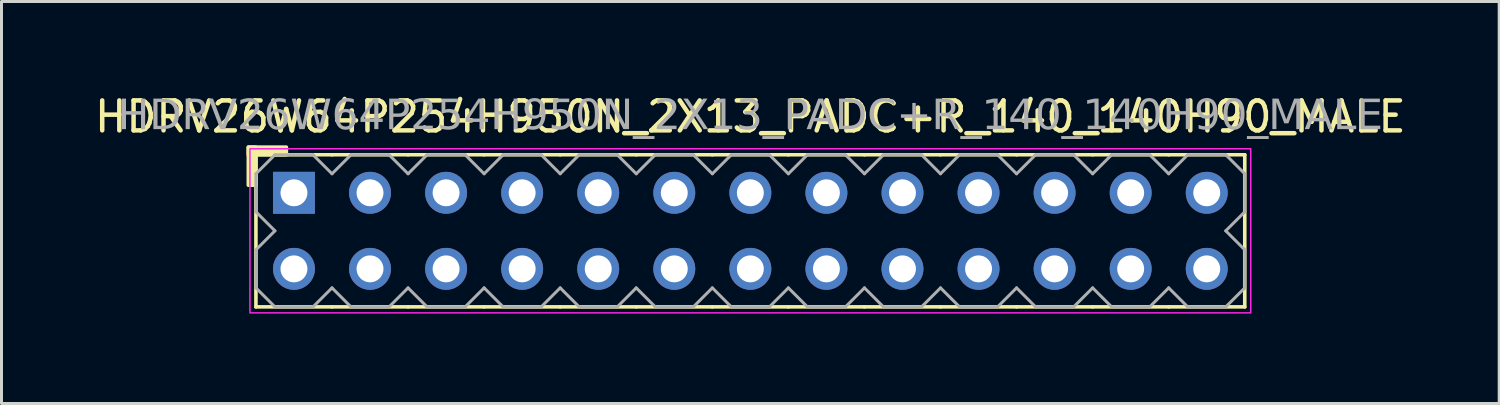
<source format=kicad_pcb>
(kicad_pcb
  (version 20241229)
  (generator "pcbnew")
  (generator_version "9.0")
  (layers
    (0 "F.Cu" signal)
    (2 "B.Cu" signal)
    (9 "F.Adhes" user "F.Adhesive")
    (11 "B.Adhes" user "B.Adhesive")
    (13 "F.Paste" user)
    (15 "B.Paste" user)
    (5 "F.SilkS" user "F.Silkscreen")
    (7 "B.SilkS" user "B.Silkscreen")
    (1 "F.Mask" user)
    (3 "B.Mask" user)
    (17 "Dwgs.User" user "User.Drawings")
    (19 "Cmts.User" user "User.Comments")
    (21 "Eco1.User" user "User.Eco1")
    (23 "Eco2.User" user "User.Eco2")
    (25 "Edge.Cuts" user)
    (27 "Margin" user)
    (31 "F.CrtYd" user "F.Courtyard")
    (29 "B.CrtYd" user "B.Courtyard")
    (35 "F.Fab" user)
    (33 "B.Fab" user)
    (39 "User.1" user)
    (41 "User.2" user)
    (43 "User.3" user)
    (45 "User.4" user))
  (footprint "HDRV26W64P254H950N_2X13_PADC+R_140_140H90_MALE"
    (layer "F.Cu")
    (at 22.006 4.658)
    (property "Reference" "HDRV26W64P254H950N_2X13_PADC+R_140_140H90_MALE" (at 0 -3.81 0) (layer "F.SilkS") (effects (font (size 1 1) (thickness 0.15))))
    (attr through_hole)
    (fp_line (start -16.51 2.54) (end -16.51 -2.54) (stroke (width 0.12) (type solid)) (layer "F.SilkS"))
    (fp_line (start -13.97 -2.54) (end -16.51 -2.54) (stroke (width 0.12) (type solid)) (layer "F.SilkS"))
    (fp_line (start -13.97 2.54) (end -16.51 2.54) (stroke (width 0.12) (type solid)) (layer "F.SilkS"))
    (fp_line (start -11.43 -2.54) (end -13.97 -2.54) (stroke (width 0.12) (type solid)) (layer "F.SilkS"))
    (fp_line (start -11.43 2.54) (end -13.97 2.54) (stroke (width 0.12) (type solid)) (layer "F.SilkS"))
    (fp_line (start -8.89 -2.54) (end -11.43 -2.54) (stroke (width 0.12) (type solid)) (layer "F.SilkS"))
    (fp_line (start -8.89 2.54) (end -11.43 2.54) (stroke (width 0.12) (type solid)) (layer "F.SilkS"))
    (fp_line (start -6.35 -2.54) (end -8.89 -2.54) (stroke (width 0.12) (type solid)) (layer "F.SilkS"))
    (fp_line (start -6.35 2.54) (end -8.89 2.54) (stroke (width 0.12) (type solid)) (layer "F.SilkS"))
    (fp_line (start -3.81 -2.54) (end -6.35 -2.54) (stroke (width 0.12) (type solid)) (layer "F.SilkS"))
    (fp_line (start -3.81 2.54) (end -6.35 2.54) (stroke (width 0.12) (type solid)) (layer "F.SilkS"))
    (fp_line (start -1.27 -2.54) (end -3.81 -2.54) (stroke (width 0.12) (type solid)) (layer "F.SilkS"))
    (fp_line (start -1.27 2.54) (end -3.81 2.54) (stroke (width 0.12) (type solid)) (layer "F.SilkS"))
    (fp_line (start 1.27 -2.54) (end -1.27 -2.54) (stroke (width 0.12) (type solid)) (layer "F.SilkS"))
    (fp_line (start 1.27 2.54) (end -1.27 2.54) (stroke (width 0.12) (type solid)) (layer "F.SilkS"))
    (fp_line (start 3.81 -2.54) (end 1.27 -2.54) (stroke (width 0.12) (type solid)) (layer "F.SilkS"))
    (fp_line (start 3.81 2.54) (end 1.27 2.54) (stroke (width 0.12) (type solid)) (layer "F.SilkS"))
    (fp_line (start 6.35 -2.54) (end 3.81 -2.54) (stroke (width 0.12) (type solid)) (layer "F.SilkS"))
    (fp_line (start 6.35 2.54) (end 3.81 2.54) (stroke (width 0.12) (type solid)) (layer "F.SilkS"))
    (fp_line (start 8.89 -2.54) (end 6.35 -2.54) (stroke (width 0.12) (type solid)) (layer "F.SilkS"))
    (fp_line (start 8.89 2.54) (end 6.35 2.54) (stroke (width 0.12) (type solid)) (layer "F.SilkS"))
    (fp_line (start 11.43 -2.54) (end 8.89 -2.54) (stroke (width 0.12) (type solid)) (layer "F.SilkS"))
    (fp_line (start 11.43 2.54) (end 8.89 2.54) (stroke (width 0.12) (type solid)) (layer "F.SilkS"))
    (fp_line (start 13.97 -2.54) (end 11.43 -2.54) (stroke (width 0.12) (type solid)) (layer "F.SilkS"))
    (fp_line (start 13.97 2.54) (end 11.43 2.54) (stroke (width 0.12) (type solid)) (layer "F.SilkS"))
    (fp_line (start 16.51 -2.54) (end 13.97 -2.54) (stroke (width 0.12) (type solid)) (layer "F.SilkS"))
    (fp_line (start 16.51 2.54) (end 13.97 2.54) (stroke (width 0.12) (type solid)) (layer "F.SilkS"))
    (fp_line (start 16.51 2.54) (end 16.51 -2.54) (stroke (width 0.12) (type solid)) (layer "F.SilkS"))
    (fp_rect (start -16.764 -1.524) (end -16.51 -2.794) (stroke (width 0.12) (type solid)) (fill yes) (layer "F.SilkS"))
    (fp_rect (start -15.494 -2.54) (end -16.764 -2.794) (stroke (width 0.12) (type solid)) (fill yes) (layer "F.SilkS"))
    (fp_rect (start -16.71 -2.74) (end 16.71 2.74) (stroke (width 0.05) (type default)) (fill no) (layer "F.CrtYd"))
    (fp_line (start -16.51 -1.905) (end -16.51 -0.635) (stroke (width 0.1) (type solid)) (layer "F.Fab"))
    (fp_line (start -16.51 -1.905) (end -15.875 -2.54) (stroke (width 0.1) (type solid)) (layer "F.Fab"))
    (fp_line (start -16.51 0.635) (end -16.51 1.905) (stroke (width 0.1) (type solid)) (layer "F.Fab"))
    (fp_line (start -15.875 -2.54) (end -14.605 -2.54) (stroke (width 0.1) (type solid)) (layer "F.Fab"))
    (fp_line (start -15.875 0) (end -16.51 -0.635) (stroke (width 0.1) (type solid)) (layer "F.Fab"))
    (fp_line (start -15.875 0) (end -16.51 0.635) (stroke (width 0.1) (type solid)) (layer "F.Fab"))
    (fp_line (start -15.875 2.54) (end -16.51 1.905) (stroke (width 0.1) (type solid)) (layer "F.Fab"))
    (fp_line (start -14.605 -2.54) (end -13.97 -1.905) (stroke (width 0.1) (type solid)) (layer "F.Fab"))
    (fp_line (start -14.605 2.54) (end -15.875 2.54) (stroke (width 0.1) (type solid)) (layer "F.Fab"))
    (fp_line (start -13.97 -1.905) (end -13.335 -2.54) (stroke (width 0.1) (type solid)) (layer "F.Fab"))
    (fp_line (start -13.97 1.905) (end -14.605 2.54) (stroke (width 0.1) (type solid)) (layer "F.Fab"))
    (fp_line (start -13.335 -2.54) (end -12.065 -2.54) (stroke (width 0.1) (type solid)) (layer "F.Fab"))
    (fp_line (start -13.335 2.54) (end -13.97 1.905) (stroke (width 0.1) (type solid)) (layer "F.Fab"))
    (fp_line (start -12.065 -2.54) (end -11.43 -1.905) (stroke (width 0.1) (type solid)) (layer "F.Fab"))
    (fp_line (start -12.065 2.54) (end -13.335 2.54) (stroke (width 0.1) (type solid)) (layer "F.Fab"))
    (fp_line (start -11.43 -1.905) (end -10.795 -2.54) (stroke (width 0.1) (type solid)) (layer "F.Fab"))
    (fp_line (start -11.43 1.905) (end -12.065 2.54) (stroke (width 0.1) (type solid)) (layer "F.Fab"))
    (fp_line (start -10.795 -2.54) (end -9.525 -2.54) (stroke (width 0.1) (type solid)) (layer "F.Fab"))
    (fp_line (start -10.795 2.54) (end -11.43 1.905) (stroke (width 0.1) (type solid)) (layer "F.Fab"))
    (fp_line (start -9.525 -2.54) (end -8.89 -1.905) (stroke (width 0.1) (type solid)) (layer "F.Fab"))
    (fp_line (start -9.525 2.54) (end -10.795 2.54) (stroke (width 0.1) (type solid)) (layer "F.Fab"))
    (fp_line (start -8.89 -1.905) (end -8.255 -2.54) (stroke (width 0.1) (type solid)) (layer "F.Fab"))
    (fp_line (start -8.89 1.905) (end -9.525 2.54) (stroke (width 0.1) (type solid)) (layer "F.Fab"))
    (fp_line (start -8.255 -2.54) (end -6.985 -2.54) (stroke (width 0.1) (type solid)) (layer "F.Fab"))
    (fp_line (start -8.255 2.54) (end -8.89 1.905) (stroke (width 0.1) (type solid)) (layer "F.Fab"))
    (fp_line (start -6.985 -2.54) (end -6.35 -1.905) (stroke (width 0.1) (type solid)) (layer "F.Fab"))
    (fp_line (start -6.985 2.54) (end -8.255 2.54) (stroke (width 0.1) (type solid)) (layer "F.Fab"))
    (fp_line (start -6.35 -1.905) (end -5.715 -2.54) (stroke (width 0.1) (type solid)) (layer "F.Fab"))
    (fp_line (start -6.35 1.905) (end -6.985 2.54) (stroke (width 0.1) (type solid)) (layer "F.Fab"))
    (fp_line (start -5.715 -2.54) (end -4.445 -2.54) (stroke (width 0.1) (type solid)) (layer "F.Fab"))
    (fp_line (start -5.715 2.54) (end -6.35 1.905) (stroke (width 0.1) (type solid)) (layer "F.Fab"))
    (fp_line (start -4.445 -2.54) (end -3.81 -1.905) (stroke (width 0.1) (type solid)) (layer "F.Fab"))
    (fp_line (start -4.445 2.54) (end -5.715 2.54) (stroke (width 0.1) (type solid)) (layer "F.Fab"))
    (fp_line (start -3.81 -1.905) (end -3.175 -2.54) (stroke (width 0.1) (type solid)) (layer "F.Fab"))
    (fp_line (start -3.81 1.905) (end -4.445 2.54) (stroke (width 0.1) (type solid)) (layer "F.Fab"))
    (fp_line (start -3.175 -2.54) (end -1.905 -2.54) (stroke (width 0.1) (type solid)) (layer "F.Fab"))
    (fp_line (start -3.175 2.54) (end -3.81 1.905) (stroke (width 0.1) (type solid)) (layer "F.Fab"))
    (fp_line (start -1.905 -2.54) (end -1.27 -1.905) (stroke (width 0.1) (type solid)) (layer "F.Fab"))
    (fp_line (start -1.905 2.54) (end -3.175 2.54) (stroke (width 0.1) (type solid)) (layer "F.Fab"))
    (fp_line (start -1.27 -1.905) (end -0.635 -2.54) (stroke (width 0.1) (type solid)) (layer "F.Fab"))
    (fp_line (start -1.27 1.905) (end -1.905 2.54) (stroke (width 0.1) (type solid)) (layer "F.Fab"))
    (fp_line (start -0.635 -2.54) (end 0.635 -2.54) (stroke (width 0.1) (type solid)) (layer "F.Fab"))
    (fp_line (start -0.635 2.54) (end -1.27 1.905) (stroke (width 0.1) (type solid)) (layer "F.Fab"))
    (fp_line (start 0.635 -2.54) (end 1.27 -1.905) (stroke (width 0.1) (type solid)) (layer "F.Fab"))
    (fp_line (start 0.635 2.54) (end -0.635 2.54) (stroke (width 0.1) (type solid)) (layer "F.Fab"))
    (fp_line (start 1.27 -1.905) (end 1.905 -2.54) (stroke (width 0.1) (type solid)) (layer "F.Fab"))
    (fp_line (start 1.27 1.905) (end 0.635 2.54) (stroke (width 0.1) (type solid)) (layer "F.Fab"))
    (fp_line (start 1.905 -2.54) (end 3.175 -2.54) (stroke (width 0.1) (type solid)) (layer "F.Fab"))
    (fp_line (start 1.905 2.54) (end 1.27 1.905) (stroke (width 0.1) (type solid)) (layer "F.Fab"))
    (fp_line (start 3.175 -2.54) (end 3.81 -1.905) (stroke (width 0.1) (type solid)) (layer "F.Fab"))
    (fp_line (start 3.175 2.54) (end 1.905 2.54) (stroke (width 0.1) (type solid)) (layer "F.Fab"))
    (fp_line (start 3.81 -1.905) (end 4.445 -2.54) (stroke (width 0.1) (type solid)) (layer "F.Fab"))
    (fp_line (start 3.81 1.905) (end 3.175 2.54) (stroke (width 0.1) (type solid)) (layer "F.Fab"))
    (fp_line (start 4.445 -2.54) (end 5.715 -2.54) (stroke (width 0.1) (type solid)) (layer "F.Fab"))
    (fp_line (start 4.445 2.54) (end 3.81 1.905) (stroke (width 0.1) (type solid)) (layer "F.Fab"))
    (fp_line (start 5.715 -2.54) (end 6.35 -1.905) (stroke (width 0.1) (type solid)) (layer "F.Fab"))
    (fp_line (start 5.715 2.54) (end 4.445 2.54) (stroke (width 0.1) (type solid)) (layer "F.Fab"))
    (fp_line (start 6.35 -1.905) (end 6.985 -2.54) (stroke (width 0.1) (type solid)) (layer "F.Fab"))
    (fp_line (start 6.35 1.905) (end 5.715 2.54) (stroke (width 0.1) (type solid)) (layer "F.Fab"))
    (fp_line (start 6.985 -2.54) (end 8.255 -2.54) (stroke (width 0.1) (type solid)) (layer "F.Fab"))
    (fp_line (start 6.985 2.54) (end 6.35 1.905) (stroke (width 0.1) (type solid)) (layer "F.Fab"))
    (fp_line (start 8.255 -2.54) (end 8.89 -1.905) (stroke (width 0.1) (type solid)) (layer "F.Fab"))
    (fp_line (start 8.255 2.54) (end 6.985 2.54) (stroke (width 0.1) (type solid)) (layer "F.Fab"))
    (fp_line (start 8.89 -1.905) (end 9.525 -2.54) (stroke (width 0.1) (type solid)) (layer "F.Fab"))
    (fp_line (start 8.89 1.905) (end 8.255 2.54) (stroke (width 0.1) (type solid)) (layer "F.Fab"))
    (fp_line (start 9.525 -2.54) (end 10.795 -2.54) (stroke (width 0.1) (type solid)) (layer "F.Fab"))
    (fp_line (start 9.525 2.54) (end 8.89 1.905) (stroke (width 0.1) (type solid)) (layer "F.Fab"))
    (fp_line (start 10.795 -2.54) (end 11.43 -1.905) (stroke (width 0.1) (type solid)) (layer "F.Fab"))
    (fp_line (start 10.795 2.54) (end 9.525 2.54) (stroke (width 0.1) (type solid)) (layer "F.Fab"))
    (fp_line (start 11.43 -1.905) (end 12.065 -2.54) (stroke (width 0.1) (type solid)) (layer "F.Fab"))
    (fp_line (start 11.43 1.905) (end 10.795 2.54) (stroke (width 0.1) (type solid)) (layer "F.Fab"))
    (fp_line (start 12.065 -2.54) (end 13.335 -2.54) (stroke (width 0.1) (type solid)) (layer "F.Fab"))
    (fp_line (start 12.065 2.54) (end 11.43 1.905) (stroke (width 0.1) (type solid)) (layer "F.Fab"))
    (fp_line (start 13.335 -2.54) (end 13.97 -1.905) (stroke (width 0.1) (type solid)) (layer "F.Fab"))
    (fp_line (start 13.335 2.54) (end 12.065 2.54) (stroke (width 0.1) (type solid)) (layer "F.Fab"))
    (fp_line (start 13.97 -1.905) (end 14.605 -2.54) (stroke (width 0.1) (type solid)) (layer "F.Fab"))
    (fp_line (start 13.97 1.905) (end 13.335 2.54) (stroke (width 0.1) (type solid)) (layer "F.Fab"))
    (fp_line (start 14.605 -2.54) (end 15.875 -2.54) (stroke (width 0.1) (type solid)) (layer "F.Fab"))
    (fp_line (start 14.605 2.54) (end 13.97 1.905) (stroke (width 0.1) (type solid)) (layer "F.Fab"))
    (fp_line (start 15.875 -2.54) (end 16.51 -1.905) (stroke (width 0.1) (type solid)) (layer "F.Fab"))
    (fp_line (start 15.875 0) (end 16.51 0.635) (stroke (width 0.1) (type solid)) (layer "F.Fab"))
    (fp_line (start 15.875 2.54) (end 14.605 2.54) (stroke (width 0.1) (type solid)) (layer "F.Fab"))
    (fp_line (start 16.51 -1.905) (end 16.51 -0.635) (stroke (width 0.1) (type solid)) (layer "F.Fab"))
    (fp_line (start 16.51 -0.635) (end 15.875 0) (stroke (width 0.1) (type solid)) (layer "F.Fab"))
    (fp_line (start 16.51 0.635) (end 16.51 1.905) (stroke (width 0.1) (type solid)) (layer "F.Fab"))
    (fp_line (start 16.51 1.905) (end 15.875 2.54) (stroke (width 0.1) (type solid)) (layer "F.Fab"))
    (fp_rect (start -14.986 -1.524) (end -15.494 -1.016) (stroke (width 0.1) (type solid)) (fill no) (layer "F.Fab"))
    (fp_rect (start -14.986 1.016) (end -15.494 1.524) (stroke (width 0.1) (type solid)) (fill no) (layer "F.Fab"))
    (fp_rect (start -12.446 -1.524) (end -12.954 -1.016) (stroke (width 0.1) (type solid)) (fill no) (layer "F.Fab"))
    (fp_rect (start -12.446 1.016) (end -12.954 1.524) (stroke (width 0.1) (type solid)) (fill no) (layer "F.Fab"))
    (fp_rect (start -9.906 -1.524) (end -10.414 -1.016) (stroke (width 0.1) (type solid)) (fill no) (layer "F.Fab"))
    (fp_rect (start -9.906 1.016) (end -10.414 1.524) (stroke (width 0.1) (type solid)) (fill no) (layer "F.Fab"))
    (fp_rect (start -7.366 -1.524) (end -7.874 -1.016) (stroke (width 0.1) (type solid)) (fill no) (layer "F.Fab"))
    (fp_rect (start -7.366 1.016) (end -7.874 1.524) (stroke (width 0.1) (type solid)) (fill no) (layer "F.Fab"))
    (fp_rect (start -4.826 -1.524) (end -5.334 -1.016) (stroke (width 0.1) (type solid)) (fill no) (layer "F.Fab"))
    (fp_rect (start -4.826 1.016) (end -5.334 1.524) (stroke (width 0.1) (type solid)) (fill no) (layer "F.Fab"))
    (fp_rect (start -2.286 -1.524) (end -2.794 -1.016) (stroke (width 0.1) (type solid)) (fill no) (layer "F.Fab"))
    (fp_rect (start -2.286 1.016) (end -2.794 1.524) (stroke (width 0.1) (type solid)) (fill no) (layer "F.Fab"))
    (fp_rect (start 0.254 -1.524) (end -0.254 -1.016) (stroke (width 0.1) (type solid)) (fill no) (layer "F.Fab"))
    (fp_rect (start 0.254 1.016) (end -0.254 1.524) (stroke (width 0.1) (type solid)) (fill no) (layer "F.Fab"))
    (fp_rect (start 2.794 -1.524) (end 2.286 -1.016) (stroke (width 0.1) (type solid)) (fill no) (layer "F.Fab"))
    (fp_rect (start 2.794 1.016) (end 2.286 1.524) (stroke (width 0.1) (type solid)) (fill no) (layer "F.Fab"))
    (fp_rect (start 5.334 -1.524) (end 4.826 -1.016) (stroke (width 0.1) (type solid)) (fill no) (layer "F.Fab"))
    (fp_rect (start 5.334 1.016) (end 4.826 1.524) (stroke (width 0.1) (type solid)) (fill no) (layer "F.Fab"))
    (fp_rect (start 7.874 -1.524) (end 7.366 -1.016) (stroke (width 0.1) (type solid)) (fill no) (layer "F.Fab"))
    (fp_rect (start 7.874 1.016) (end 7.366 1.524) (stroke (width 0.1) (type solid)) (fill no) (layer "F.Fab"))
    (fp_rect (start 10.414 -1.524) (end 9.906 -1.016) (stroke (width 0.1) (type solid)) (fill no) (layer "F.Fab"))
    (fp_rect (start 10.414 1.016) (end 9.906 1.524) (stroke (width 0.1) (type solid)) (fill no) (layer "F.Fab"))
    (fp_rect (start 12.954 -1.524) (end 12.446 -1.016) (stroke (width 0.1) (type solid)) (fill no) (layer "F.Fab"))
    (fp_rect (start 12.954 1.016) (end 12.446 1.524) (stroke (width 0.1) (type solid)) (fill no) (layer "F.Fab"))
    (fp_rect (start 15.494 -1.524) (end 14.986 -1.016) (stroke (width 0.1) (type solid)) (fill no) (layer "F.Fab"))
    (fp_rect (start 15.494 1.016) (end 14.986 1.524) (stroke (width 0.1) (type solid)) (fill no) (layer "F.Fab"))
    (fp_text user "${REFERENCE}" (at 0 -3.81 0) (layer "F.Fab") (effects (font (face "Tahoma") (size 1 1) (thickness 0.15))))
    (pad "1" thru_hole rect (at -15.24 -1.27) (size 1.4 1.4) (drill 0.9) (layers "*.Cu" "*.Mask"))
    (pad "2" thru_hole circle (at -15.24 1.27) (size 1.4 1.4) (drill 0.9) (layers "*.Cu" "*.Mask"))
    (pad "3" thru_hole circle (at -12.7 -1.27) (size 1.4 1.4) (drill 0.9) (layers "*.Cu" "*.Mask"))
    (pad "4" thru_hole circle (at -12.7 1.27) (size 1.4 1.4) (drill 0.9) (layers "*.Cu" "*.Mask"))
    (pad "5" thru_hole circle (at -10.16 -1.27) (size 1.4 1.4) (drill 0.9) (layers "*.Cu" "*.Mask"))
    (pad "6" thru_hole circle (at -10.16 1.27) (size 1.4 1.4) (drill 0.9) (layers "*.Cu" "*.Mask"))
    (pad "7" thru_hole circle (at -7.62 -1.27) (size 1.4 1.4) (drill 0.9) (layers "*.Cu" "*.Mask"))
    (pad "8" thru_hole circle (at -7.62 1.27) (size 1.4 1.4) (drill 0.9) (layers "*.Cu" "*.Mask"))
    (pad "9" thru_hole circle (at -5.08 -1.27) (size 1.4 1.4) (drill 0.9) (layers "*.Cu" "*.Mask"))
    (pad "10" thru_hole circle (at -5.08 1.27) (size 1.4 1.4) (drill 0.9) (layers "*.Cu" "*.Mask"))
    (pad "11" thru_hole circle (at -2.54 -1.27) (size 1.4 1.4) (drill 0.9) (layers "*.Cu" "*.Mask"))
    (pad "12" thru_hole circle (at -2.54 1.27) (size 1.4 1.4) (drill 0.9) (layers "*.Cu" "*.Mask"))
    (pad "13" thru_hole circle (at 0 -1.27) (size 1.4 1.4) (drill 0.9) (layers "*.Cu" "*.Mask"))
    (pad "14" thru_hole circle (at 0 1.27) (size 1.4 1.4) (drill 0.9) (layers "*.Cu" "*.Mask"))
    (pad "15" thru_hole circle (at 2.54 -1.27) (size 1.4 1.4) (drill 0.9) (layers "*.Cu" "*.Mask"))
    (pad "16" thru_hole circle (at 2.54 1.27) (size 1.4 1.4) (drill 0.9) (layers "*.Cu" "*.Mask"))
    (pad "17" thru_hole circle (at 5.08 -1.27) (size 1.4 1.4) (drill 0.9) (layers "*.Cu" "*.Mask"))
    (pad "18" thru_hole circle (at 5.08 1.27) (size 1.4 1.4) (drill 0.9) (layers "*.Cu" "*.Mask"))
    (pad "19" thru_hole circle (at 7.62 -1.27) (size 1.4 1.4) (drill 0.9) (layers "*.Cu" "*.Mask"))
    (pad "20" thru_hole circle (at 7.62 1.27) (size 1.4 1.4) (drill 0.9) (layers "*.Cu" "*.Mask"))
    (pad "21" thru_hole circle (at 10.16 -1.27) (size 1.4 1.4) (drill 0.9) (layers "*.Cu" "*.Mask"))
    (pad "22" thru_hole circle (at 10.16 1.27) (size 1.4 1.4) (drill 0.9) (layers "*.Cu" "*.Mask"))
    (pad "23" thru_hole circle (at 12.7 -1.27) (size 1.4 1.4) (drill 0.9) (layers "*.Cu" "*.Mask"))
    (pad "24" thru_hole circle (at 12.7 1.27) (size 1.4 1.4) (drill 0.9) (layers "*.Cu" "*.Mask"))
    (pad "25" thru_hole circle (at 15.24 -1.27) (size 1.4 1.4) (drill 0.9) (layers "*.Cu" "*.Mask"))
    (pad "26" thru_hole circle (at 15.24 1.27) (size 1.4 1.4) (drill 0.9) (layers "*.Cu" "*.Mask")))
  (gr_rect
    (start -3 -3)
    (end 47.012 10.423)
    (stroke (width 0.1) (type default))
    (fill no)
    (layer "Edge.Cuts")))
</source>
